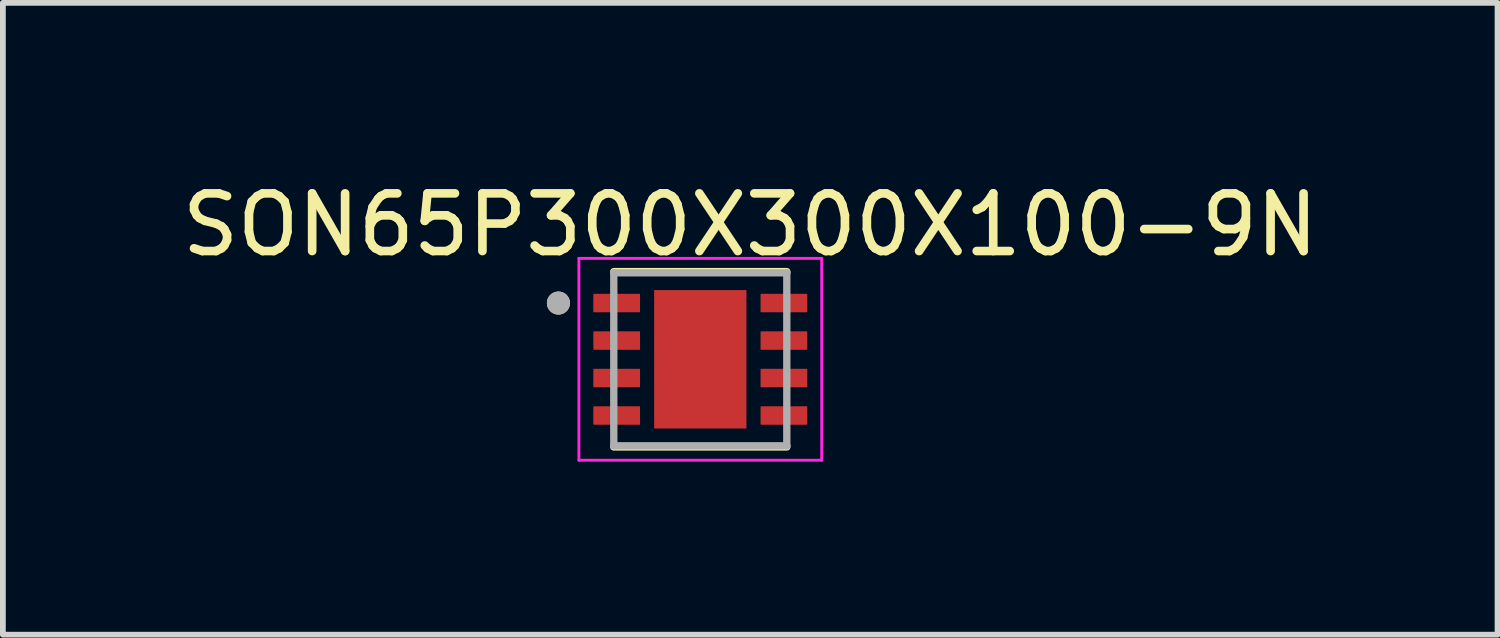
<source format=kicad_pcb>
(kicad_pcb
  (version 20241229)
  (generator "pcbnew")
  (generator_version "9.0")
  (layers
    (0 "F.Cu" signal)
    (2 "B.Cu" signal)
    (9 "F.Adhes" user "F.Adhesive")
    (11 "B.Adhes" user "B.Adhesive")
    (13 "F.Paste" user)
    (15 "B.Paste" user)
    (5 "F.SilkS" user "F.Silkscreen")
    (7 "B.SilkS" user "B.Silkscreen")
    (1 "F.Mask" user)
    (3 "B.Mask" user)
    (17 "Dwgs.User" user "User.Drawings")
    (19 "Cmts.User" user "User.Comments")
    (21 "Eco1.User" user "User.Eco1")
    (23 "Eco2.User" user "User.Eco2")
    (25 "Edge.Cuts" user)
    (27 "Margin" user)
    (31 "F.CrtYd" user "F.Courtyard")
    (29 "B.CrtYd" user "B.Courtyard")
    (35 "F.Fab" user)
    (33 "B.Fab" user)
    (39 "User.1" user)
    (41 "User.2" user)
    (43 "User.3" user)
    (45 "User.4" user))
  (footprint "SON65P300X300X100-9N"
    (layer "F.Cu")
    (at 9.093 3.18)
    (property "Reference" "SON65P300X300X100-9N" (at 0.865 -2.332 0) (layer "F.SilkS") (effects (font (size 1 1) (thickness 0.15))))
    (attr smd)
    (fp_line (start -1.5 -1.52) (end 1.5 -1.52) (stroke (width 0.127) (type solid)) (layer "F.SilkS"))
    (fp_line (start -1.5 1.52) (end 1.5 1.52) (stroke (width 0.127) (type solid)) (layer "F.SilkS"))
    (fp_circle (center -2.46 -0.975) (end -2.36 -0.975) (stroke (width 0.2) (type solid)) (fill no) (layer "F.SilkS"))
    (fp_poly (pts (xy -0.51 -0.76) (xy 0.51 -0.76) (xy 0.51 0.76) (xy -0.51 0.76)) (stroke (width 0.01) (type solid)) (fill yes) (layer "F.Paste"))
    (fp_line (start -2.105 -1.75) (end -2.105 1.75) (stroke (width 0.05) (type solid)) (layer "F.CrtYd"))
    (fp_line (start -2.105 -1.75) (end 2.105 -1.75) (stroke (width 0.05) (type solid)) (layer "F.CrtYd"))
    (fp_line (start -2.105 1.75) (end 2.105 1.75) (stroke (width 0.05) (type solid)) (layer "F.CrtYd"))
    (fp_line (start 2.105 -1.75) (end 2.105 1.75) (stroke (width 0.05) (type solid)) (layer "F.CrtYd"))
    (fp_line (start -1.5 -1.5) (end -1.5 1.5) (stroke (width 0.127) (type solid)) (layer "F.Fab"))
    (fp_line (start -1.5 -1.5) (end 1.5 -1.5) (stroke (width 0.127) (type solid)) (layer "F.Fab"))
    (fp_line (start -1.5 1.5) (end 1.5 1.5) (stroke (width 0.127) (type solid)) (layer "F.Fab"))
    (fp_line (start 1.5 -1.5) (end 1.5 1.5) (stroke (width 0.127) (type solid)) (layer "F.Fab"))
    (fp_circle (center -2.46 -0.975) (end -2.36 -0.975) (stroke (width 0.2) (type solid)) (fill no) (layer "F.Fab"))
    (pad "1" smd roundrect (at -1.45 -0.975) (size 0.81 0.32) (layers "F.Cu" "F.Mask" "F.Paste") (roundrect_rratio 0.04))
    (pad "2" smd roundrect (at -1.45 -0.325) (size 0.81 0.32) (layers "F.Cu" "F.Mask" "F.Paste") (roundrect_rratio 0.04))
    (pad "3" smd roundrect (at -1.45 0.325) (size 0.81 0.32) (layers "F.Cu" "F.Mask" "F.Paste") (roundrect_rratio 0.04))
    (pad "4" smd roundrect (at -1.45 0.975) (size 0.81 0.32) (layers "F.Cu" "F.Mask" "F.Paste") (roundrect_rratio 0.04))
    (pad "5" smd roundrect (at 1.45 0.975) (size 0.81 0.32) (layers "F.Cu" "F.Mask" "F.Paste") (roundrect_rratio 0.04))
    (pad "6" smd roundrect (at 1.45 0.325) (size 0.81 0.32) (layers "F.Cu" "F.Mask" "F.Paste") (roundrect_rratio 0.04))
    (pad "7" smd roundrect (at 1.45 -0.325) (size 0.81 0.32) (layers "F.Cu" "F.Mask" "F.Paste") (roundrect_rratio 0.04))
    (pad "8" smd roundrect (at 1.45 -0.975) (size 0.81 0.32) (layers "F.Cu" "F.Mask" "F.Paste") (roundrect_rratio 0.04))
    (pad "9" smd rect (at 0 0) (size 1.6 2.4) (layers "F.Cu" "F.Mask")))
  (gr_rect
    (start -3 -3)
    (end 22.917 7.955)
    (stroke (width 0.1) (type default))
    (fill no)
    (layer "Edge.Cuts")))
</source>
